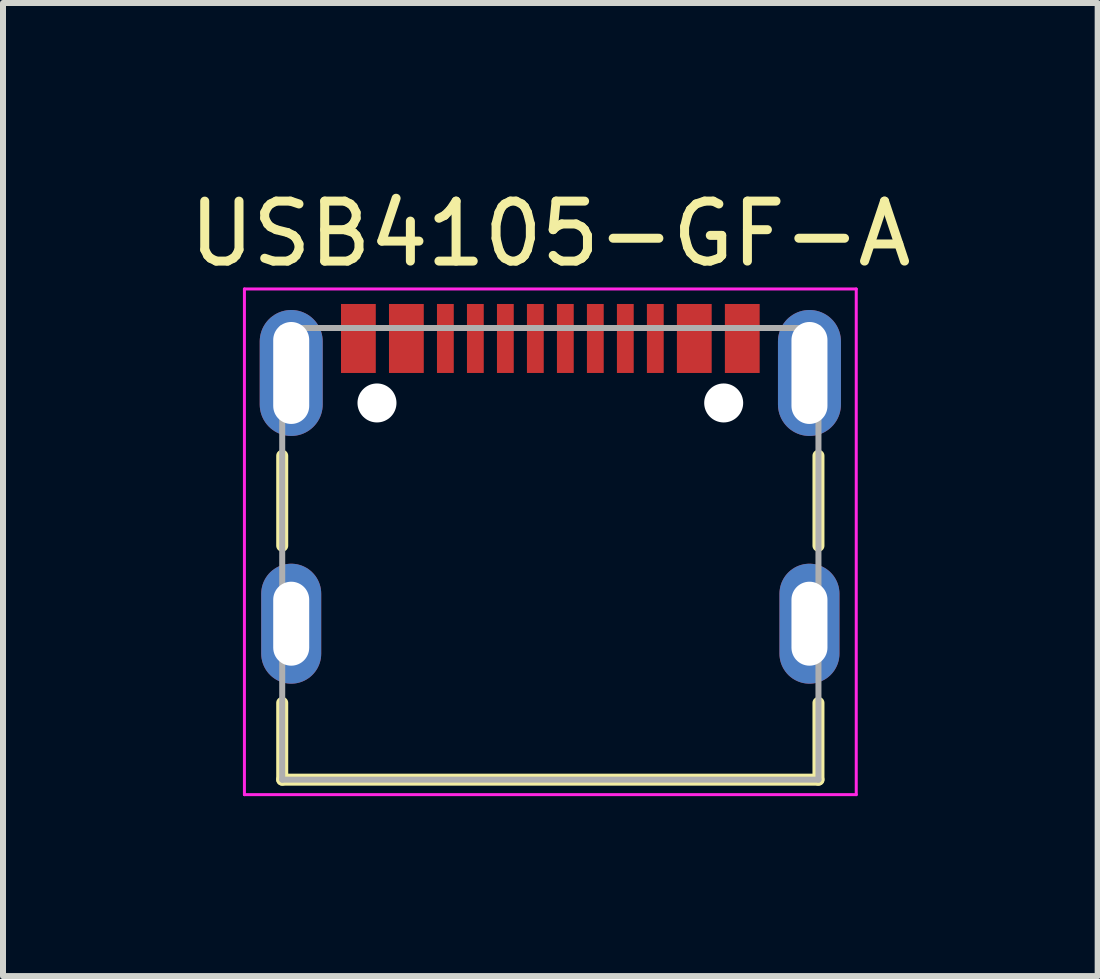
<source format=kicad_pcb>
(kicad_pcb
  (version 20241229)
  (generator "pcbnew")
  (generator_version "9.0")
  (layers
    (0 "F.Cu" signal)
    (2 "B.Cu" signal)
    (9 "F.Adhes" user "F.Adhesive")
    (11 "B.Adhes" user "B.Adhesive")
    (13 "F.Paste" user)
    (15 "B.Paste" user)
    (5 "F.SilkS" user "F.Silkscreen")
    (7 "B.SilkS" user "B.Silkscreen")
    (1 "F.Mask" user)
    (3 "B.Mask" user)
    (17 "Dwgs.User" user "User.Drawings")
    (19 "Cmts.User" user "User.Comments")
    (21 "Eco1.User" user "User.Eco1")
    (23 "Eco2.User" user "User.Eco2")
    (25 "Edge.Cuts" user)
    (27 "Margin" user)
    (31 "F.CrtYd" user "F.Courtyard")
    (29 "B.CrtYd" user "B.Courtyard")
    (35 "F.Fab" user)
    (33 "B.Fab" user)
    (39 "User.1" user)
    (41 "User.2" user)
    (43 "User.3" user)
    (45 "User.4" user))
  (footprint "USB4105-GF-A"
    (layer "F.Cu")
    (at 6.125 7.348)
    (property "Reference" "USB4105-GF-A" (at 0 -6.5 0) (layer "F.SilkS") (effects (font (size 1 1) (thickness 0.15))))
    (attr through_hole)
    (fp_line (start -4.47 -2.8) (end -4.47 -1.3) (stroke (width 0.2) (type solid)) (layer "F.SilkS"))
    (fp_line (start -4.47 1.32) (end -4.47 2.6) (stroke (width 0.2) (type solid)) (layer "F.SilkS"))
    (fp_line (start -4.47 2.6) (end 4.47 2.6) (stroke (width 0.2) (type solid)) (layer "F.SilkS"))
    (fp_line (start 4.47 -2.8) (end 4.47 -1.3) (stroke (width 0.2) (type solid)) (layer "F.SilkS"))
    (fp_line (start 4.47 2.6) (end 4.47 1.32) (stroke (width 0.2) (type solid)) (layer "F.SilkS"))
    (fp_line (start -5.1 -5.58) (end -5.1 2.85) (stroke (width 0.05) (type solid)) (layer "F.CrtYd"))
    (fp_line (start -5.1 2.85) (end 5.1 2.85) (stroke (width 0.05) (type solid)) (layer "F.CrtYd"))
    (fp_line (start 5.1 -5.58) (end -5.1 -5.58) (stroke (width 0.05) (type solid)) (layer "F.CrtYd"))
    (fp_line (start 5.1 2.85) (end 5.1 -5.58) (stroke (width 0.05) (type solid)) (layer "F.CrtYd"))
    (fp_line (start -4.47 -4.93) (end 4.47 -4.93) (stroke (width 0.1) (type solid)) (layer "F.Fab"))
    (fp_line (start -4.47 2.6) (end -4.47 -4.93) (stroke (width 0.1) (type solid)) (layer "F.Fab"))
    (fp_line (start 4.47 -4.93) (end 4.47 2.6) (stroke (width 0.1) (type solid)) (layer "F.Fab"))
    (fp_line (start 4.47 2.6) (end -4.47 2.6) (stroke (width 0.1) (type solid)) (layer "F.Fab"))
    (pad "" np_thru_hole circle (at -2.89 -3.68) (size 0.65 0.65) (drill 0.65) (layers "*.Cu" "*.Mask"))
    (pad "" np_thru_hole circle (at 2.89 -3.68) (size 0.65 0.65) (drill 0.65) (layers "*.Cu" "*.Mask"))
    (pad "A1B12" smd rect (at -3.2 -4.755) (size 0.58 1.15) (layers "F.Cu" "F.Mask" "F.Paste"))
    (pad "A4B9" smd rect (at -2.4 -4.755) (size 0.58 1.15) (layers "F.Cu" "F.Mask" "F.Paste"))
    (pad "A5" smd rect (at -1.25 -4.755) (size 0.28 1.15) (layers "F.Cu" "F.Mask" "F.Paste"))
    (pad "A6" smd rect (at -0.25 -4.755) (size 0.28 1.15) (layers "F.Cu" "F.Mask" "F.Paste"))
    (pad "A7" smd rect (at 0.25 -4.755) (size 0.28 1.15) (layers "F.Cu" "F.Mask" "F.Paste"))
    (pad "A8" smd rect (at 1.25 -4.755) (size 0.28 1.15) (layers "F.Cu" "F.Mask" "F.Paste"))
    (pad "B1A12" smd rect (at 3.2 -4.755) (size 0.58 1.15) (layers "F.Cu" "F.Mask" "F.Paste"))
    (pad "B4A9" smd rect (at 2.4 -4.755) (size 0.58 1.15) (layers "F.Cu" "F.Mask" "F.Paste"))
    (pad "B5" smd rect (at 1.75 -4.755) (size 0.28 1.15) (layers "F.Cu" "F.Mask" "F.Paste"))
    (pad "B6" smd rect (at 0.75 -4.755) (size 0.28 1.15) (layers "F.Cu" "F.Mask" "F.Paste"))
    (pad "B7" smd rect (at -0.75 -4.755) (size 0.28 1.15) (layers "F.Cu" "F.Mask" "F.Paste"))
    (pad "B8" smd rect (at -1.75 -4.755) (size 0.28 1.15) (layers "F.Cu" "F.Mask" "F.Paste"))
    (pad "S1" thru_hole oval (at -4.32 -4.18) (size 1.05 2.1) (drill oval 0.6 1.7) (layers "*.Cu" "*.Mask"))
    (pad "S2" thru_hole oval (at -4.32 0) (size 1 2) (drill oval 0.6 1.4) (layers "*.Cu" "*.Mask"))
    (pad "S3" thru_hole oval (at 4.32 0) (size 1 2) (drill oval 0.6 1.4) (layers "*.Cu" "*.Mask"))
    (pad "S4" thru_hole oval (at 4.32 -4.18) (size 1.05 2.1) (drill oval 0.6 1.7) (layers "*.Cu" "*.Mask")))
  (gr_rect
    (start -3 -3)
    (end 15.25 13.223)
    (stroke (width 0.1) (type default))
    (fill no)
    (layer "Edge.Cuts")))
</source>
